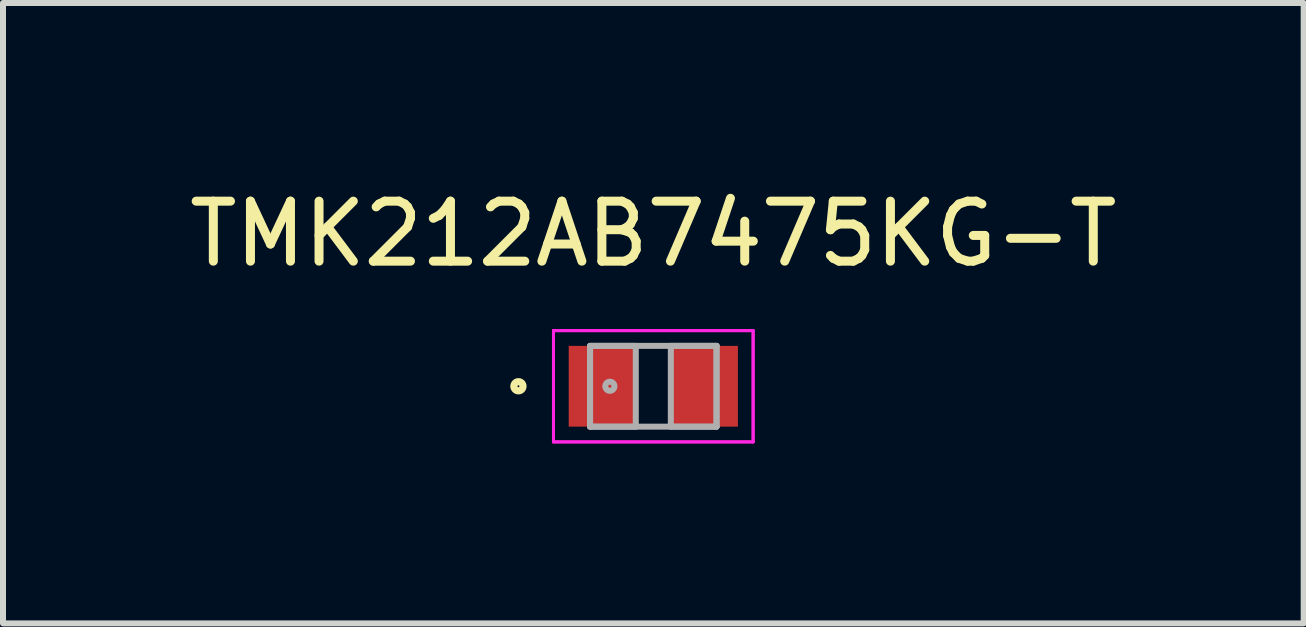
<source format=kicad_pcb>
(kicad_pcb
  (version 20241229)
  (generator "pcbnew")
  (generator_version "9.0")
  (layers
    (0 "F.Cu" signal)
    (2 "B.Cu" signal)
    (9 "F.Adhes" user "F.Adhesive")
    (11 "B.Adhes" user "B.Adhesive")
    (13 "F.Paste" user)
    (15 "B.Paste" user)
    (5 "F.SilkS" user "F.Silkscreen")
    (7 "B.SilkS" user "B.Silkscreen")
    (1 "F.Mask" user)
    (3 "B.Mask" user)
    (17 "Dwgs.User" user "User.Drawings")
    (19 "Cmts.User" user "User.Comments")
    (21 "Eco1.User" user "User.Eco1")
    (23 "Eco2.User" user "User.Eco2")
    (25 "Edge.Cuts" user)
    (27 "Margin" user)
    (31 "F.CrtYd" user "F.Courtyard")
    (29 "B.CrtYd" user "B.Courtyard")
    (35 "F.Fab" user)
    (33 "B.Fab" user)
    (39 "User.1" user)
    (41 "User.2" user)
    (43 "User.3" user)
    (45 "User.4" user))
  (footprint "TMK212AB7475KG-T"
    (layer "F.Cu")
    (at 7.839 3.388)
    (property "Reference" "TMK212AB7475KG-T" (at 0 -2.54 0) (layer "F.SilkS") (effects (font (size 1 1) (thickness 0.15))))
    (attr through_hole)
    (fp_circle (center -2.248 0) (end -2.172 0) (stroke (width 0.12) (type solid)) (fill no) (layer "F.SilkS"))
    (fp_line (start -1.664 -0.927) (end 1.664 -0.927) (stroke (width 0.05) (type solid)) (layer "F.CrtYd"))
    (fp_line (start -1.664 -0.927) (end 1.664 -0.927) (stroke (width 0.05) (type solid)) (layer "F.CrtYd"))
    (fp_line (start -1.664 0.927) (end -1.664 -0.927) (stroke (width 0.05) (type solid)) (layer "F.CrtYd"))
    (fp_line (start -1.664 0.927) (end -1.664 -0.927) (stroke (width 0.05) (type solid)) (layer "F.CrtYd"))
    (fp_line (start 1.664 -0.927) (end 1.664 0.927) (stroke (width 0.05) (type solid)) (layer "F.CrtYd"))
    (fp_line (start 1.664 -0.927) (end 1.664 0.927) (stroke (width 0.05) (type solid)) (layer "F.CrtYd"))
    (fp_line (start 1.664 0.927) (end -1.664 0.927) (stroke (width 0.05) (type solid)) (layer "F.CrtYd"))
    (fp_line (start 1.664 0.927) (end -1.664 0.927) (stroke (width 0.05) (type solid)) (layer "F.CrtYd"))
    (fp_line (start -1.054 -0.673) (end -1.054 0.673) (stroke (width 0.1) (type solid)) (layer "F.Fab"))
    (fp_line (start -1.054 -0.673) (end -1.054 0.673) (stroke (width 0.1) (type solid)) (layer "F.Fab"))
    (fp_line (start -1.054 0.673) (end -0.292 0.673) (stroke (width 0.1) (type solid)) (layer "F.Fab"))
    (fp_line (start -1.054 0.673) (end 1.054 0.673) (stroke (width 0.1) (type solid)) (layer "F.Fab"))
    (fp_line (start -0.292 -0.673) (end -1.054 -0.673) (stroke (width 0.1) (type solid)) (layer "F.Fab"))
    (fp_line (start -0.292 0.673) (end -0.292 -0.673) (stroke (width 0.1) (type solid)) (layer "F.Fab"))
    (fp_line (start 0.292 -0.673) (end 0.292 0.673) (stroke (width 0.1) (type solid)) (layer "F.Fab"))
    (fp_line (start 0.292 0.673) (end 1.054 0.673) (stroke (width 0.1) (type solid)) (layer "F.Fab"))
    (fp_line (start 1.054 -0.673) (end -1.054 -0.673) (stroke (width 0.1) (type solid)) (layer "F.Fab"))
    (fp_line (start 1.054 -0.673) (end 0.292 -0.673) (stroke (width 0.1) (type solid)) (layer "F.Fab"))
    (fp_line (start 1.054 0.673) (end 1.054 -0.673) (stroke (width 0.1) (type solid)) (layer "F.Fab"))
    (fp_line (start 1.054 0.673) (end 1.054 -0.673) (stroke (width 0.1) (type solid)) (layer "F.Fab"))
    (fp_circle (center -0.724 0) (end -0.648 0) (stroke (width 0.1) (type solid)) (fill no) (layer "F.Fab"))
    (pad "1" smd rect (at -0.851 0) (size 1.118 1.346) (layers "F.Cu" "F.Mask" "F.Paste"))
    (pad "2" smd rect (at 0.851 0) (size 1.118 1.346) (layers "F.Cu" "F.Mask" "F.Paste")))
  (gr_rect
    (start -3 -3)
    (end 18.679 7.34)
    (stroke (width 0.1) (type default))
    (fill no)
    (layer "Edge.Cuts")))
</source>
